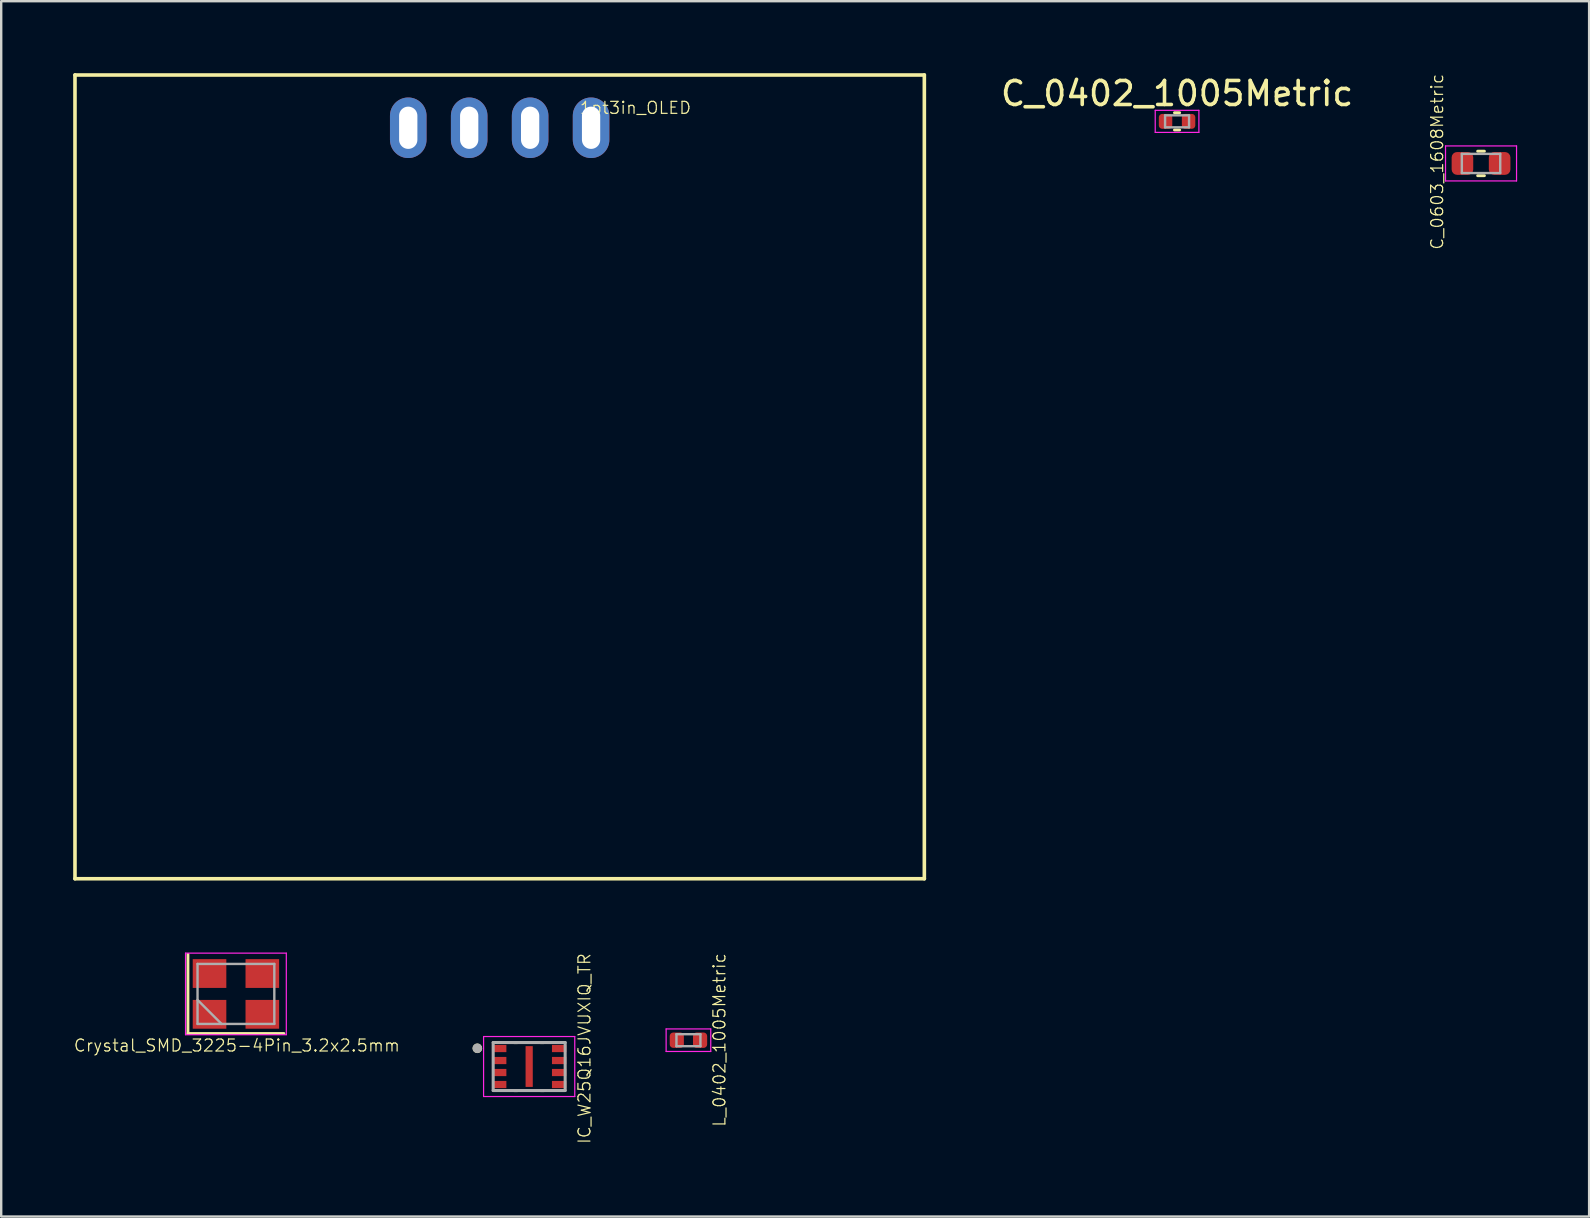
<source format=kicad_pcb>
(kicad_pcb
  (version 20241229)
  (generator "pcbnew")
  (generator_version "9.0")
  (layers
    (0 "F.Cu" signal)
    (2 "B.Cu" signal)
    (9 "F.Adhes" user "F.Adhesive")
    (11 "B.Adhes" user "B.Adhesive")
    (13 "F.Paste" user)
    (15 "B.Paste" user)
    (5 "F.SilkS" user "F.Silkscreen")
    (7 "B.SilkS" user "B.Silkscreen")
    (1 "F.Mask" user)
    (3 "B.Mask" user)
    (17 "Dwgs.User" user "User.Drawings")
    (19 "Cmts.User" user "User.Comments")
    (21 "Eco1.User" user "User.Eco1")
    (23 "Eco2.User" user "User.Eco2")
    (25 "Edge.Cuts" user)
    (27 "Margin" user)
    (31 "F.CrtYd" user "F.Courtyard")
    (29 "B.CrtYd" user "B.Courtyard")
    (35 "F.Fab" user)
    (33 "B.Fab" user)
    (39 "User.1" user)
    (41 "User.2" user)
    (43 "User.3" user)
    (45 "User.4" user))
  (footprint "C_0603_1608Metric"
    (layer "F.Cu")
    (at 58.677 3.762)
    (property "Reference" "C_0603_1608Metric" (at -1.83 -0.07 90) (layer "F.SilkS") (effects (font (size 0.5 0.5) (thickness 0.05))))
    (attr smd)
    (fp_line (start -0.141 -0.51) (end 0.141 -0.51) (stroke (width 0.12) (type solid)) (layer "F.SilkS"))
    (fp_line (start -0.141 0.51) (end 0.141 0.51) (stroke (width 0.12) (type solid)) (layer "F.SilkS"))
    (fp_line (start -1.48 -0.73) (end 1.48 -0.73) (stroke (width 0.05) (type solid)) (layer "F.CrtYd"))
    (fp_line (start -1.48 0.73) (end -1.48 -0.73) (stroke (width 0.05) (type solid)) (layer "F.CrtYd"))
    (fp_line (start 1.48 -0.73) (end 1.48 0.73) (stroke (width 0.05) (type solid)) (layer "F.CrtYd"))
    (fp_line (start 1.48 0.73) (end -1.48 0.73) (stroke (width 0.05) (type solid)) (layer "F.CrtYd"))
    (fp_line (start -0.8 -0.4) (end 0.8 -0.4) (stroke (width 0.1) (type solid)) (layer "F.Fab"))
    (fp_line (start -0.8 0.4) (end -0.8 -0.4) (stroke (width 0.1) (type solid)) (layer "F.Fab"))
    (fp_line (start 0.8 -0.4) (end 0.8 0.4) (stroke (width 0.1) (type solid)) (layer "F.Fab"))
    (fp_line (start 0.8 0.4) (end -0.8 0.4) (stroke (width 0.1) (type solid)) (layer "F.Fab"))
    (pad "1" smd roundrect (at -0.775 0) (size 0.9 0.95) (layers "F.Cu" "F.Mask" "F.Paste") (roundrect_rratio 0.25))
    (pad "2" smd roundrect (at 0.775 0) (size 0.9 0.95) (layers "F.Cu" "F.Mask" "F.Paste") (roundrect_rratio 0.25)))
  (footprint "L_0402_1005Metric"
    (layer "F.Cu")
    (at 25.643 40.304)
    (property "Reference" "L_0402_1005Metric" (at 1.29 -0.01 90) (layer "F.SilkS") (effects (font (size 0.5 0.5) (thickness 0.05))))
    (attr smd)
    (fp_line (start -0.93 -0.47) (end 0.93 -0.47) (stroke (width 0.05) (type solid)) (layer "F.CrtYd"))
    (fp_line (start -0.93 0.47) (end -0.93 -0.47) (stroke (width 0.05) (type solid)) (layer "F.CrtYd"))
    (fp_line (start 0.93 -0.47) (end 0.93 0.47) (stroke (width 0.05) (type solid)) (layer "F.CrtYd"))
    (fp_line (start 0.93 0.47) (end -0.93 0.47) (stroke (width 0.05) (type solid)) (layer "F.CrtYd"))
    (fp_line (start -0.5 -0.25) (end 0.5 -0.25) (stroke (width 0.1) (type solid)) (layer "F.Fab"))
    (fp_line (start -0.5 0.25) (end -0.5 -0.25) (stroke (width 0.1) (type solid)) (layer "F.Fab"))
    (fp_line (start 0.5 -0.25) (end 0.5 0.25) (stroke (width 0.1) (type solid)) (layer "F.Fab"))
    (fp_line (start 0.5 0.25) (end -0.5 0.25) (stroke (width 0.1) (type solid)) (layer "F.Fab"))
    (pad "1" smd roundrect (at -0.485 0) (size 0.59 0.64) (layers "F.Cu" "F.Mask" "F.Paste") (roundrect_rratio 0.25))
    (pad "2" smd roundrect (at 0.485 0) (size 0.59 0.64) (layers "F.Cu" "F.Mask" "F.Paste") (roundrect_rratio 0.25)))
  (footprint "Crystal_SMD_3225-4Pin_3.2x2.5mm"
    (layer "F.Cu")
    (at 6.783 38.375)
    (property "Reference" "Crystal_SMD_3225-4Pin_3.2x2.5mm" (at 0.04 2.15 0) (layer "F.SilkS") (effects (font (size 0.5 0.5) (thickness 0.05))))
    (attr smd)
    (fp_line (start -2 -1.65) (end -2 1.65) (stroke (width 0.12) (type solid)) (layer "F.SilkS"))
    (fp_line (start -2 1.65) (end 2 1.65) (stroke (width 0.12) (type solid)) (layer "F.SilkS"))
    (fp_line (start -2.1 -1.7) (end -2.1 1.7) (stroke (width 0.05) (type solid)) (layer "F.CrtYd"))
    (fp_line (start -2.1 1.7) (end 2.1 1.7) (stroke (width 0.05) (type solid)) (layer "F.CrtYd"))
    (fp_line (start 2.1 -1.7) (end -2.1 -1.7) (stroke (width 0.05) (type solid)) (layer "F.CrtYd"))
    (fp_line (start 2.1 1.7) (end 2.1 -1.7) (stroke (width 0.05) (type solid)) (layer "F.CrtYd"))
    (fp_line (start -1.6 -1.25) (end -1.6 1.25) (stroke (width 0.1) (type solid)) (layer "F.Fab"))
    (fp_line (start -1.6 0.25) (end -0.6 1.25) (stroke (width 0.1) (type solid)) (layer "F.Fab"))
    (fp_line (start -1.6 1.25) (end 1.6 1.25) (stroke (width 0.1) (type solid)) (layer "F.Fab"))
    (fp_line (start 1.6 -1.25) (end -1.6 -1.25) (stroke (width 0.1) (type solid)) (layer "F.Fab"))
    (fp_line (start 1.6 1.25) (end 1.6 -1.25) (stroke (width 0.1) (type solid)) (layer "F.Fab"))
    (pad "1" smd rect (at -1.1 0.85) (size 1.4 1.2) (layers "F.Cu" "F.Mask" "F.Paste"))
    (pad "2" smd rect (at 1.1 0.85) (size 1.4 1.2) (layers "F.Cu" "F.Mask" "F.Paste"))
    (pad "3" smd rect (at 1.1 -0.85) (size 1.4 1.2) (layers "F.Cu" "F.Mask" "F.Paste"))
    (pad "4" smd rect (at -1.1 -0.85) (size 1.4 1.2) (layers "F.Cu" "F.Mask" "F.Paste")))
  (footprint "IC_W25Q16JVUXIQ_TR"
    (layer "F.Cu")
    (at 19.005 41.401)
    (property "Reference" "IC_W25Q16JVUXIQ_TR" (at 2.303 -0.75 90) (layer "F.SilkS") (effects (font (size 0.5 0.5) (thickness 0.05))))
    (attr smd)
    (fp_line (start -0.63 -1) (end -0.47 -1) (stroke (width 0.127) (type solid)) (layer "F.SilkS"))
    (fp_line (start -0.63 1) (end -0.47 1) (stroke (width 0.127) (type solid)) (layer "F.SilkS"))
    (fp_line (start 0.63 -1) (end 0.47 -1) (stroke (width 0.127) (type solid)) (layer "F.SilkS"))
    (fp_line (start 0.63 1) (end 0.47 1) (stroke (width 0.127) (type solid)) (layer "F.SilkS"))
    (fp_circle (center -2.16 -0.76) (end -2.06 -0.76) (stroke (width 0.2) (type solid)) (fill no) (layer "F.SilkS"))
    (fp_poly (pts (xy -1.65 -0.85) (xy -1.1 -0.85) (xy -1.1 -0.65) (xy -1.65 -0.65)) (stroke (width 0.01) (type solid)) (fill yes) (layer "F.Paste"))
    (fp_poly (pts (xy -1.65 -0.35) (xy -1.1 -0.35) (xy -1.1 -0.15) (xy -1.65 -0.15)) (stroke (width 0.01) (type solid)) (fill yes) (layer "F.Paste"))
    (fp_poly (pts (xy -1.65 0.15) (xy -1.1 0.15) (xy -1.1 0.35) (xy -1.65 0.35)) (stroke (width 0.01) (type solid)) (fill yes) (layer "F.Paste"))
    (fp_poly (pts (xy -1.65 0.65) (xy -1.1 0.65) (xy -1.1 0.85) (xy -1.65 0.85)) (stroke (width 0.01) (type solid)) (fill yes) (layer "F.Paste"))
    (fp_poly (pts (xy -0.1 -0.6) (xy 0.1 -0.6) (xy 0.1 -0.1) (xy -0.1 -0.1)) (stroke (width 0.01) (type solid)) (fill yes) (layer "F.Paste"))
    (fp_poly (pts (xy -0.1 0.1) (xy 0.1 0.1) (xy 0.1 0.6) (xy -0.1 0.6)) (stroke (width 0.01) (type solid)) (fill yes) (layer "F.Paste"))
    (fp_poly (pts (xy 1.1 -0.85) (xy 1.65 -0.85) (xy 1.65 -0.65) (xy 1.1 -0.65)) (stroke (width 0.01) (type solid)) (fill yes) (layer "F.Paste"))
    (fp_poly (pts (xy 1.1 -0.35) (xy 1.65 -0.35) (xy 1.65 -0.15) (xy 1.1 -0.15)) (stroke (width 0.01) (type solid)) (fill yes) (layer "F.Paste"))
    (fp_poly (pts (xy 1.1 0.15) (xy 1.65 0.15) (xy 1.65 0.35) (xy 1.1 0.35)) (stroke (width 0.01) (type solid)) (fill yes) (layer "F.Paste"))
    (fp_poly (pts (xy 1.1 0.65) (xy 1.65 0.65) (xy 1.65 0.85) (xy 1.1 0.85)) (stroke (width 0.01) (type solid)) (fill yes) (layer "F.Paste"))
    (fp_line (start -1.9 -1.25) (end -1.9 1.25) (stroke (width 0.05) (type solid)) (layer "F.CrtYd"))
    (fp_line (start -1.9 1.25) (end 1.9 1.25) (stroke (width 0.05) (type solid)) (layer "F.CrtYd"))
    (fp_line (start 1.9 -1.25) (end -1.9 -1.25) (stroke (width 0.05) (type solid)) (layer "F.CrtYd"))
    (fp_line (start 1.9 1.25) (end 1.9 -1.25) (stroke (width 0.05) (type solid)) (layer "F.CrtYd"))
    (fp_line (start -1.5 -1) (end 1.5 -1) (stroke (width 0.127) (type solid)) (layer "F.Fab"))
    (fp_line (start -1.5 1) (end -1.5 -1) (stroke (width 0.127) (type solid)) (layer "F.Fab"))
    (fp_line (start 1.5 -1) (end 1.5 1) (stroke (width 0.127) (type solid)) (layer "F.Fab"))
    (fp_line (start 1.5 1) (end -1.5 1) (stroke (width 0.127) (type solid)) (layer "F.Fab"))
    (fp_circle (center -2.16 -0.76) (end -2.06 -0.76) (stroke (width 0.2) (type solid)) (fill no) (layer "F.Fab"))
    (pad "1" smd rect (at -1.25 -0.75) (size 0.6 0.3) (layers "F.Cu" "F.Mask"))
    (pad "2" smd rect (at -1.25 -0.25) (size 0.6 0.3) (layers "F.Cu" "F.Mask"))
    (pad "3" smd rect (at -1.25 0.25) (size 0.6 0.3) (layers "F.Cu" "F.Mask"))
    (pad "4" smd rect (at -1.25 0.75) (size 0.6 0.3) (layers "F.Cu" "F.Mask"))
    (pad "5" smd rect (at 1.25 0.75) (size 0.6 0.3) (layers "F.Cu" "F.Mask"))
    (pad "6" smd rect (at 1.25 0.25) (size 0.6 0.3) (layers "F.Cu" "F.Mask"))
    (pad "7" smd rect (at 1.25 -0.25) (size 0.6 0.3) (layers "F.Cu" "F.Mask"))
    (pad "8" smd rect (at 1.25 -0.75) (size 0.6 0.3) (layers "F.Cu" "F.Mask"))
    (pad "9" smd rect (at 0 0) (size 0.3 1.7) (layers "F.Cu" "F.Mask")))
  (footprint "1pt3in_OLED"
    (layer "F.Cu")
    (at 17.775 2.275)
    (property "Reference" "1pt3in_OLED" (at 5.66 -0.83 0) (layer "F.SilkS") (effects (font (size 0.5 0.5) (thickness 0.05))))
    (attr through_hole exclude_from_bom)
    (fp_line (start -17.7 -2.2) (end -17.7 31.3) (stroke (width 0.15) (type solid)) (layer "F.SilkS"))
    (fp_line (start -17.7 -2.2) (end 17.7 -2.2) (stroke (width 0.15) (type solid)) (layer "F.SilkS"))
    (fp_line (start -17.7 31.3) (end 17.7 31.3) (stroke (width 0.15) (type solid)) (layer "F.SilkS"))
    (fp_line (start 17.7 -2.2) (end 17.7 31.3) (stroke (width 0.15) (type solid)) (layer "F.SilkS"))
    (pad "1" thru_hole oval (at -3.81 0) (size 1.524 2.524) (drill oval 0.762 1.762) (layers "*.Cu" "*.Mask"))
    (pad "2" thru_hole oval (at -1.27 0) (size 1.524 2.524) (drill oval 0.762 1.762) (layers "*.Cu" "*.Mask"))
    (pad "3" thru_hole oval (at 1.27 0) (size 1.524 2.524) (drill oval 0.762 1.762) (layers "*.Cu" "*.Mask"))
    (pad "4" thru_hole oval (at 3.81 0) (size 1.524 2.524) (drill oval 0.762 1.762) (layers "*.Cu" "*.Mask")))
  (footprint "C_0402_1005Metric"
    (layer "F.Cu")
    (at 46.008 2.008)
    (property "Reference" "C_0402_1005Metric" (at 0 -1.16 0) (layer "F.SilkS") (effects (font (size 1 1) (thickness 0.15))))
    (attr smd)
    (fp_line (start -0.108 -0.36) (end 0.108 -0.36) (stroke (width 0.12) (type solid)) (layer "F.SilkS"))
    (fp_line (start -0.108 0.36) (end 0.108 0.36) (stroke (width 0.12) (type solid)) (layer "F.SilkS"))
    (fp_line (start -0.91 -0.46) (end 0.91 -0.46) (stroke (width 0.05) (type solid)) (layer "F.CrtYd"))
    (fp_line (start -0.91 0.46) (end -0.91 -0.46) (stroke (width 0.05) (type solid)) (layer "F.CrtYd"))
    (fp_line (start 0.91 -0.46) (end 0.91 0.46) (stroke (width 0.05) (type solid)) (layer "F.CrtYd"))
    (fp_line (start 0.91 0.46) (end -0.91 0.46) (stroke (width 0.05) (type solid)) (layer "F.CrtYd"))
    (fp_line (start -0.5 -0.25) (end 0.5 -0.25) (stroke (width 0.1) (type solid)) (layer "F.Fab"))
    (fp_line (start -0.5 0.25) (end -0.5 -0.25) (stroke (width 0.1) (type solid)) (layer "F.Fab"))
    (fp_line (start 0.5 -0.25) (end 0.5 0.25) (stroke (width 0.1) (type solid)) (layer "F.Fab"))
    (fp_line (start 0.5 0.25) (end -0.5 0.25) (stroke (width 0.1) (type solid)) (layer "F.Fab"))
    (pad "1" smd roundrect (at -0.48 0) (size 0.56 0.62) (layers "F.Cu" "F.Mask" "F.Paste") (roundrect_rratio 0.25))
    (pad "2" smd roundrect (at 0.48 0) (size 0.56 0.62) (layers "F.Cu" "F.Mask" "F.Paste") (roundrect_rratio 0.25)))
  (gr_rect
    (start -3 -3)
    (end 63.182 47.652)
    (stroke (width 0.1) (type default))
    (fill no)
    (layer "Edge.Cuts")))
</source>
